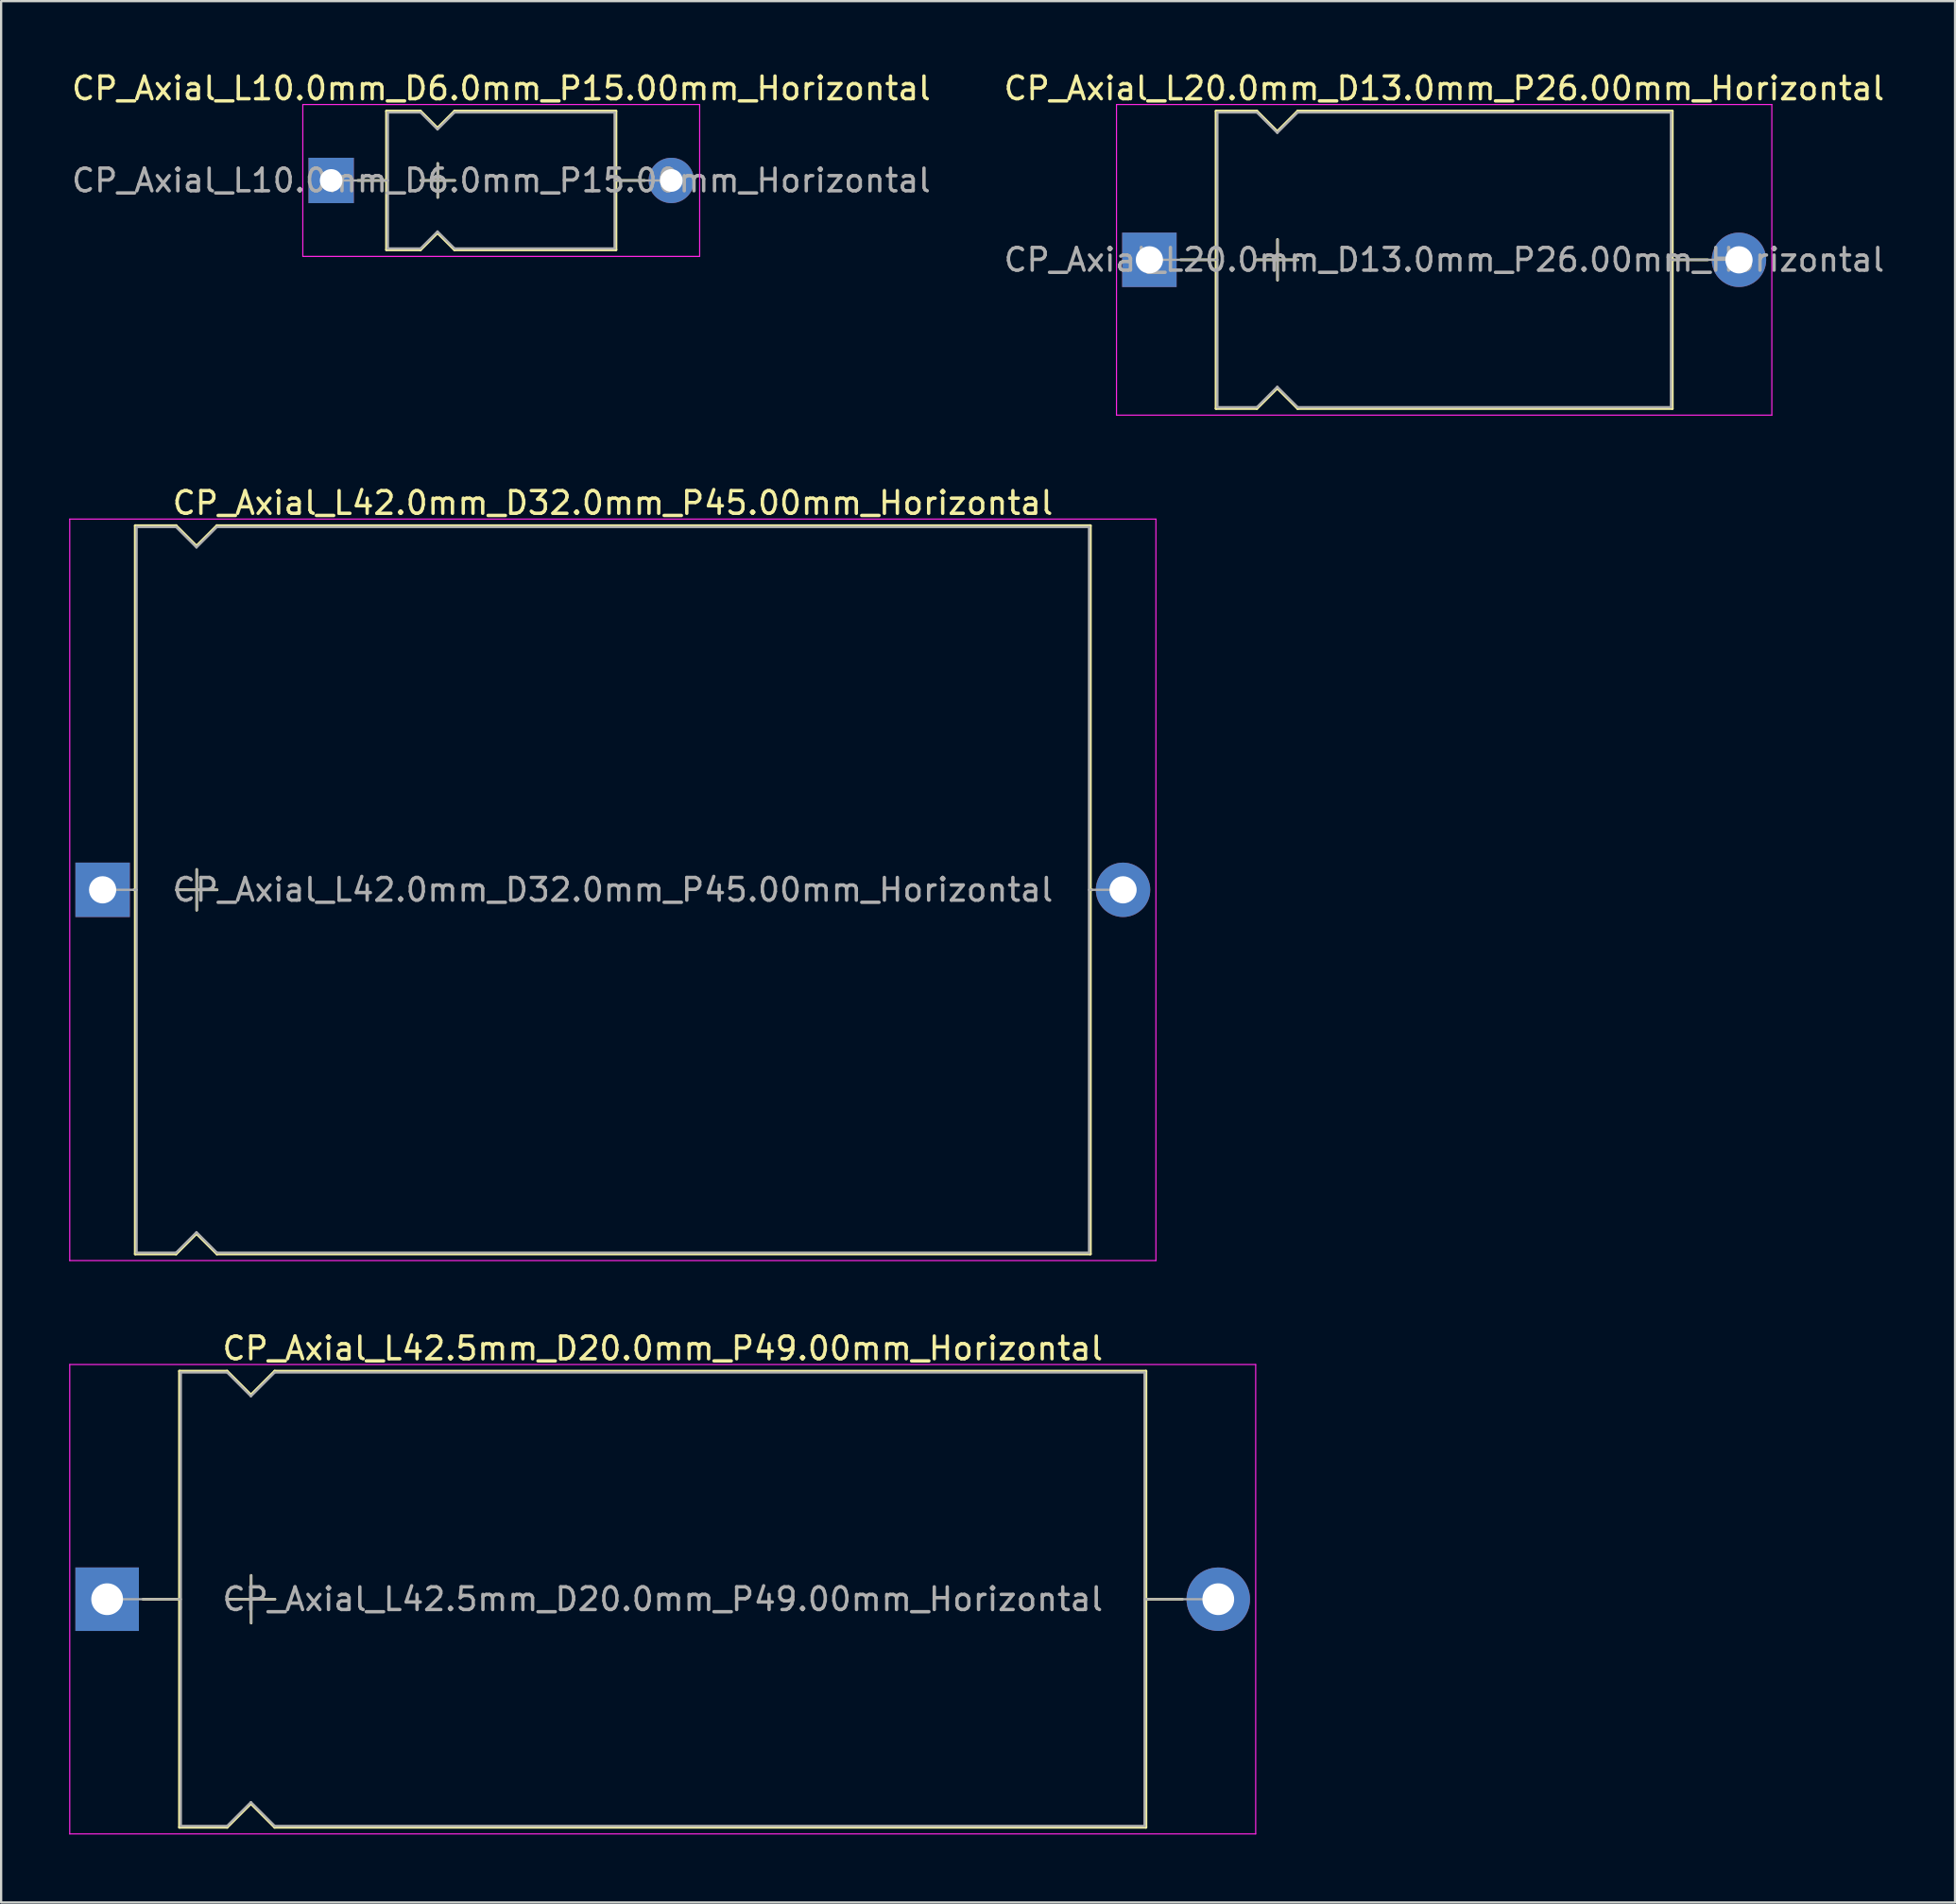
<source format=kicad_pcb>
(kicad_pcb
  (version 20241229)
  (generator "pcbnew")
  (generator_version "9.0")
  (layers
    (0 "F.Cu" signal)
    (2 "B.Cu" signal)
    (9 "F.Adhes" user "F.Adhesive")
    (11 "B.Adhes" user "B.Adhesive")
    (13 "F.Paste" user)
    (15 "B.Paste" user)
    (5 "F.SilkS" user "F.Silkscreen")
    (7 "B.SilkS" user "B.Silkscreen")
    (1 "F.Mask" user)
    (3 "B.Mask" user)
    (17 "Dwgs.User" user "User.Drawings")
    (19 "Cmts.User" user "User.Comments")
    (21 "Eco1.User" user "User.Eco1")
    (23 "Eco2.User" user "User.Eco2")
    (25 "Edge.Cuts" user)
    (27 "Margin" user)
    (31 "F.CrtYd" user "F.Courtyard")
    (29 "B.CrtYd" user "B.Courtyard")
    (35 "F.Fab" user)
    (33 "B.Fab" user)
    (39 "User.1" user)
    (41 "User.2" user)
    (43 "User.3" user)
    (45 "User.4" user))
  (footprint "CP_Axial_L42.5mm_D20.0mm_P49.00mm_Horizontal"
    (layer "F.Cu")
    (at 1.675 67.475)
    (property "Reference" "CP_Axial_L42.5mm_D20.0mm_P49.00mm_Horizontal" (at 24.5 -11.06 0) (layer "F.SilkS") (effects (font (size 1 1) (thickness 0.15))))
    (attr through_hole)
    (fp_line (start 1.58 0) (end 3.19 0) (stroke (width 0.12) (type solid)) (layer "F.SilkS"))
    (fp_line (start 3.19 -10.06) (end 3.19 10.06) (stroke (width 0.12) (type solid)) (layer "F.SilkS"))
    (fp_line (start 3.19 -10.06) (end 5.29 -10.06) (stroke (width 0.12) (type solid)) (layer "F.SilkS"))
    (fp_line (start 3.19 10.06) (end 5.29 10.06) (stroke (width 0.12) (type solid)) (layer "F.SilkS"))
    (fp_line (start 5.29 -10.06) (end 6.34 -9.01) (stroke (width 0.12) (type solid)) (layer "F.SilkS"))
    (fp_line (start 5.29 10.06) (end 6.34 9.01) (stroke (width 0.12) (type solid)) (layer "F.SilkS"))
    (fp_line (start 5.3 0) (end 7.4 0) (stroke (width 0.12) (type solid)) (layer "F.SilkS"))
    (fp_line (start 6.34 -9.01) (end 7.39 -10.06) (stroke (width 0.12) (type solid)) (layer "F.SilkS"))
    (fp_line (start 6.34 9.01) (end 7.39 10.06) (stroke (width 0.12) (type solid)) (layer "F.SilkS"))
    (fp_line (start 6.35 -1.05) (end 6.35 1.05) (stroke (width 0.12) (type solid)) (layer "F.SilkS"))
    (fp_line (start 7.39 -10.06) (end 45.81 -10.06) (stroke (width 0.12) (type solid)) (layer "F.SilkS"))
    (fp_line (start 7.39 10.06) (end 45.81 10.06) (stroke (width 0.12) (type solid)) (layer "F.SilkS"))
    (fp_line (start 45.81 -10.06) (end 45.81 10.06) (stroke (width 0.12) (type solid)) (layer "F.SilkS"))
    (fp_line (start 47.42 0) (end 45.81 0) (stroke (width 0.12) (type solid)) (layer "F.SilkS"))
    (fp_line (start -1.65 -10.35) (end -1.65 10.35) (stroke (width 0.05) (type solid)) (layer "F.CrtYd"))
    (fp_line (start -1.65 10.35) (end 50.65 10.35) (stroke (width 0.05) (type solid)) (layer "F.CrtYd"))
    (fp_line (start 50.65 -10.35) (end -1.65 -10.35) (stroke (width 0.05) (type solid)) (layer "F.CrtYd"))
    (fp_line (start 50.65 10.35) (end 50.65 -10.35) (stroke (width 0.05) (type solid)) (layer "F.CrtYd"))
    (fp_line (start 0 0) (end 3.25 0) (stroke (width 0.1) (type solid)) (layer "F.Fab"))
    (fp_line (start 3.25 -10) (end 3.25 10) (stroke (width 0.1) (type solid)) (layer "F.Fab"))
    (fp_line (start 3.25 -10) (end 5.29 -10) (stroke (width 0.1) (type solid)) (layer "F.Fab"))
    (fp_line (start 3.25 10) (end 5.29 10) (stroke (width 0.1) (type solid)) (layer "F.Fab"))
    (fp_line (start 5.29 -10) (end 6.34 -8.95) (stroke (width 0.1) (type solid)) (layer "F.Fab"))
    (fp_line (start 5.29 10) (end 6.34 8.95) (stroke (width 0.1) (type solid)) (layer "F.Fab"))
    (fp_line (start 5.3 0) (end 7.4 0) (stroke (width 0.1) (type solid)) (layer "F.Fab"))
    (fp_line (start 6.34 -8.95) (end 7.39 -10) (stroke (width 0.1) (type solid)) (layer "F.Fab"))
    (fp_line (start 6.34 8.95) (end 7.39 10) (stroke (width 0.1) (type solid)) (layer "F.Fab"))
    (fp_line (start 6.35 -1.05) (end 6.35 1.05) (stroke (width 0.1) (type solid)) (layer "F.Fab"))
    (fp_line (start 7.39 -10) (end 45.75 -10) (stroke (width 0.1) (type solid)) (layer "F.Fab"))
    (fp_line (start 7.39 10) (end 45.75 10) (stroke (width 0.1) (type solid)) (layer "F.Fab"))
    (fp_line (start 45.75 -10) (end 45.75 10) (stroke (width 0.1) (type solid)) (layer "F.Fab"))
    (fp_line (start 49 0) (end 45.75 0) (stroke (width 0.1) (type solid)) (layer "F.Fab"))
    (fp_text user "${REFERENCE}" (at 24.5 0 0) (layer "F.Fab") (effects (font (size 1 1) (thickness 0.15))))
    (pad "1" thru_hole rect (at 0 0) (size 2.8 2.8) (drill 1.4) (layers "*.Cu" "*.Mask"))
    (pad "2" thru_hole oval (at 49 0) (size 2.8 2.8) (drill 1.4) (layers "*.Cu" "*.Mask")))
  (footprint "CP_Axial_L20.0mm_D13.0mm_P26.00mm_Horizontal"
    (layer "F.Cu")
    (at 47.637 8.408)
    (property "Reference" "CP_Axial_L20.0mm_D13.0mm_P26.00mm_Horizontal" (at 13 -7.56 0) (layer "F.SilkS") (effects (font (size 1 1) (thickness 0.15))))
    (attr through_hole)
    (fp_line (start 1.38 0) (end 2.94 0) (stroke (width 0.12) (type solid)) (layer "F.SilkS"))
    (fp_line (start 2.94 -6.56) (end 2.94 6.56) (stroke (width 0.12) (type solid)) (layer "F.SilkS"))
    (fp_line (start 2.94 -6.56) (end 4.74 -6.56) (stroke (width 0.12) (type solid)) (layer "F.SilkS"))
    (fp_line (start 2.94 6.56) (end 4.74 6.56) (stroke (width 0.12) (type solid)) (layer "F.SilkS"))
    (fp_line (start 4.74 -6.56) (end 5.64 -5.66) (stroke (width 0.12) (type solid)) (layer "F.SilkS"))
    (fp_line (start 4.74 6.56) (end 5.64 5.66) (stroke (width 0.12) (type solid)) (layer "F.SilkS"))
    (fp_line (start 4.75 0) (end 6.55 0) (stroke (width 0.12) (type solid)) (layer "F.SilkS"))
    (fp_line (start 5.64 -5.66) (end 6.54 -6.56) (stroke (width 0.12) (type solid)) (layer "F.SilkS"))
    (fp_line (start 5.64 5.66) (end 6.54 6.56) (stroke (width 0.12) (type solid)) (layer "F.SilkS"))
    (fp_line (start 5.65 -0.9) (end 5.65 0.9) (stroke (width 0.12) (type solid)) (layer "F.SilkS"))
    (fp_line (start 6.54 -6.56) (end 23.06 -6.56) (stroke (width 0.12) (type solid)) (layer "F.SilkS"))
    (fp_line (start 6.54 6.56) (end 23.06 6.56) (stroke (width 0.12) (type solid)) (layer "F.SilkS"))
    (fp_line (start 23.06 -6.56) (end 23.06 6.56) (stroke (width 0.12) (type solid)) (layer "F.SilkS"))
    (fp_line (start 24.62 0) (end 23.06 0) (stroke (width 0.12) (type solid)) (layer "F.SilkS"))
    (fp_line (start -1.45 -6.85) (end -1.45 6.85) (stroke (width 0.05) (type solid)) (layer "F.CrtYd"))
    (fp_line (start -1.45 6.85) (end 27.45 6.85) (stroke (width 0.05) (type solid)) (layer "F.CrtYd"))
    (fp_line (start 27.45 -6.85) (end -1.45 -6.85) (stroke (width 0.05) (type solid)) (layer "F.CrtYd"))
    (fp_line (start 27.45 6.85) (end 27.45 -6.85) (stroke (width 0.05) (type solid)) (layer "F.CrtYd"))
    (fp_line (start 0 0) (end 3 0) (stroke (width 0.1) (type solid)) (layer "F.Fab"))
    (fp_line (start 3 -6.5) (end 3 6.5) (stroke (width 0.1) (type solid)) (layer "F.Fab"))
    (fp_line (start 3 -6.5) (end 4.74 -6.5) (stroke (width 0.1) (type solid)) (layer "F.Fab"))
    (fp_line (start 3 6.5) (end 4.74 6.5) (stroke (width 0.1) (type solid)) (layer "F.Fab"))
    (fp_line (start 4.74 -6.5) (end 5.64 -5.6) (stroke (width 0.1) (type solid)) (layer "F.Fab"))
    (fp_line (start 4.74 6.5) (end 5.64 5.6) (stroke (width 0.1) (type solid)) (layer "F.Fab"))
    (fp_line (start 4.75 0) (end 6.55 0) (stroke (width 0.1) (type solid)) (layer "F.Fab"))
    (fp_line (start 5.64 -5.6) (end 6.54 -6.5) (stroke (width 0.1) (type solid)) (layer "F.Fab"))
    (fp_line (start 5.64 5.6) (end 6.54 6.5) (stroke (width 0.1) (type solid)) (layer "F.Fab"))
    (fp_line (start 5.65 -0.9) (end 5.65 0.9) (stroke (width 0.1) (type solid)) (layer "F.Fab"))
    (fp_line (start 6.54 -6.5) (end 23 -6.5) (stroke (width 0.1) (type solid)) (layer "F.Fab"))
    (fp_line (start 6.54 6.5) (end 23 6.5) (stroke (width 0.1) (type solid)) (layer "F.Fab"))
    (fp_line (start 23 -6.5) (end 23 6.5) (stroke (width 0.1) (type solid)) (layer "F.Fab"))
    (fp_line (start 26 0) (end 23 0) (stroke (width 0.1) (type solid)) (layer "F.Fab"))
    (fp_text user "${REFERENCE}" (at 13 0 0) (layer "F.Fab") (effects (font (size 1 1) (thickness 0.15))))
    (pad "1" thru_hole rect (at 0 0) (size 2.4 2.4) (drill 1.2) (layers "*.Cu" "*.Mask"))
    (pad "2" thru_hole oval (at 26 0) (size 2.4 2.4) (drill 1.2) (layers "*.Cu" "*.Mask")))
  (footprint "CP_Axial_L10.0mm_D6.0mm_P15.00mm_Horizontal"
    (layer "F.Cu")
    (at 11.554 4.908)
    (property "Reference" "CP_Axial_L10.0mm_D6.0mm_P15.00mm_Horizontal" (at 7.5 -4.06 0) (layer "F.SilkS") (effects (font (size 1 1) (thickness 0.15))))
    (attr through_hole)
    (fp_line (start 1.18 0) (end 2.44 0) (stroke (width 0.12) (type solid)) (layer "F.SilkS"))
    (fp_line (start 2.44 -3.06) (end 2.44 3.06) (stroke (width 0.12) (type solid)) (layer "F.SilkS"))
    (fp_line (start 2.44 -3.06) (end 3.94 -3.06) (stroke (width 0.12) (type solid)) (layer "F.SilkS"))
    (fp_line (start 2.44 3.06) (end 3.94 3.06) (stroke (width 0.12) (type solid)) (layer "F.SilkS"))
    (fp_line (start 3.94 -3.06) (end 4.69 -2.31) (stroke (width 0.12) (type solid)) (layer "F.SilkS"))
    (fp_line (start 3.94 3.06) (end 4.69 2.31) (stroke (width 0.12) (type solid)) (layer "F.SilkS"))
    (fp_line (start 3.95 0) (end 5.45 0) (stroke (width 0.12) (type solid)) (layer "F.SilkS"))
    (fp_line (start 4.69 -2.31) (end 5.44 -3.06) (stroke (width 0.12) (type solid)) (layer "F.SilkS"))
    (fp_line (start 4.69 2.31) (end 5.44 3.06) (stroke (width 0.12) (type solid)) (layer "F.SilkS"))
    (fp_line (start 4.7 -0.75) (end 4.7 0.75) (stroke (width 0.12) (type solid)) (layer "F.SilkS"))
    (fp_line (start 5.44 -3.06) (end 12.56 -3.06) (stroke (width 0.12) (type solid)) (layer "F.SilkS"))
    (fp_line (start 5.44 3.06) (end 12.56 3.06) (stroke (width 0.12) (type solid)) (layer "F.SilkS"))
    (fp_line (start 12.56 -3.06) (end 12.56 3.06) (stroke (width 0.12) (type solid)) (layer "F.SilkS"))
    (fp_line (start 13.82 0) (end 12.56 0) (stroke (width 0.12) (type solid)) (layer "F.SilkS"))
    (fp_line (start -1.25 -3.35) (end -1.25 3.35) (stroke (width 0.05) (type solid)) (layer "F.CrtYd"))
    (fp_line (start -1.25 3.35) (end 16.25 3.35) (stroke (width 0.05) (type solid)) (layer "F.CrtYd"))
    (fp_line (start 16.25 -3.35) (end -1.25 -3.35) (stroke (width 0.05) (type solid)) (layer "F.CrtYd"))
    (fp_line (start 16.25 3.35) (end 16.25 -3.35) (stroke (width 0.05) (type solid)) (layer "F.CrtYd"))
    (fp_line (start 0 0) (end 2.5 0) (stroke (width 0.1) (type solid)) (layer "F.Fab"))
    (fp_line (start 2.5 -3) (end 2.5 3) (stroke (width 0.1) (type solid)) (layer "F.Fab"))
    (fp_line (start 2.5 -3) (end 3.94 -3) (stroke (width 0.1) (type solid)) (layer "F.Fab"))
    (fp_line (start 2.5 3) (end 3.94 3) (stroke (width 0.1) (type solid)) (layer "F.Fab"))
    (fp_line (start 3.94 -3) (end 4.69 -2.25) (stroke (width 0.1) (type solid)) (layer "F.Fab"))
    (fp_line (start 3.94 3) (end 4.69 2.25) (stroke (width 0.1) (type solid)) (layer "F.Fab"))
    (fp_line (start 3.95 0) (end 5.45 0) (stroke (width 0.1) (type solid)) (layer "F.Fab"))
    (fp_line (start 4.69 -2.25) (end 5.44 -3) (stroke (width 0.1) (type solid)) (layer "F.Fab"))
    (fp_line (start 4.69 2.25) (end 5.44 3) (stroke (width 0.1) (type solid)) (layer "F.Fab"))
    (fp_line (start 4.7 -0.75) (end 4.7 0.75) (stroke (width 0.1) (type solid)) (layer "F.Fab"))
    (fp_line (start 5.44 -3) (end 12.5 -3) (stroke (width 0.1) (type solid)) (layer "F.Fab"))
    (fp_line (start 5.44 3) (end 12.5 3) (stroke (width 0.1) (type solid)) (layer "F.Fab"))
    (fp_line (start 12.5 -3) (end 12.5 3) (stroke (width 0.1) (type solid)) (layer "F.Fab"))
    (fp_line (start 15 0) (end 12.5 0) (stroke (width 0.1) (type solid)) (layer "F.Fab"))
    (fp_text user "${REFERENCE}" (at 7.5 0 0) (layer "F.Fab") (effects (font (size 1 1) (thickness 0.15))))
    (pad "1" thru_hole rect (at 0 0) (size 2 2) (drill 1) (layers "*.Cu" "*.Mask"))
    (pad "2" thru_hole oval (at 15 0) (size 2 2) (drill 1) (layers "*.Cu" "*.Mask")))
  (footprint "CP_Axial_L42.0mm_D32.0mm_P45.00mm_Horizontal"
    (layer "F.Cu")
    (at 1.475 36.191)
    (property "Reference" "CP_Axial_L42.0mm_D32.0mm_P45.00mm_Horizontal" (at 22.5 -17.06 0) (layer "F.SilkS") (effects (font (size 1 1) (thickness 0.15))))
    (attr through_hole)
    (fp_line (start 1.38 0) (end 1.44 0) (stroke (width 0.12) (type solid)) (layer "F.SilkS"))
    (fp_line (start 1.44 -16.06) (end 1.44 16.06) (stroke (width 0.12) (type solid)) (layer "F.SilkS"))
    (fp_line (start 1.44 -16.06) (end 3.24 -16.06) (stroke (width 0.12) (type solid)) (layer "F.SilkS"))
    (fp_line (start 1.44 16.06) (end 3.24 16.06) (stroke (width 0.12) (type solid)) (layer "F.SilkS"))
    (fp_line (start 3.24 -16.06) (end 4.14 -15.16) (stroke (width 0.12) (type solid)) (layer "F.SilkS"))
    (fp_line (start 3.24 16.06) (end 4.14 15.16) (stroke (width 0.12) (type solid)) (layer "F.SilkS"))
    (fp_line (start 3.25 0) (end 5.05 0) (stroke (width 0.12) (type solid)) (layer "F.SilkS"))
    (fp_line (start 4.14 -15.16) (end 5.04 -16.06) (stroke (width 0.12) (type solid)) (layer "F.SilkS"))
    (fp_line (start 4.14 15.16) (end 5.04 16.06) (stroke (width 0.12) (type solid)) (layer "F.SilkS"))
    (fp_line (start 4.15 -0.9) (end 4.15 0.9) (stroke (width 0.12) (type solid)) (layer "F.SilkS"))
    (fp_line (start 5.04 -16.06) (end 43.56 -16.06) (stroke (width 0.12) (type solid)) (layer "F.SilkS"))
    (fp_line (start 5.04 16.06) (end 43.56 16.06) (stroke (width 0.12) (type solid)) (layer "F.SilkS"))
    (fp_line (start 43.56 -16.06) (end 43.56 16.06) (stroke (width 0.12) (type solid)) (layer "F.SilkS"))
    (fp_line (start 43.62 0) (end 43.56 0) (stroke (width 0.12) (type solid)) (layer "F.SilkS"))
    (fp_line (start -1.45 -16.35) (end -1.45 16.35) (stroke (width 0.05) (type solid)) (layer "F.CrtYd"))
    (fp_line (start -1.45 16.35) (end 46.45 16.35) (stroke (width 0.05) (type solid)) (layer "F.CrtYd"))
    (fp_line (start 46.45 -16.35) (end -1.45 -16.35) (stroke (width 0.05) (type solid)) (layer "F.CrtYd"))
    (fp_line (start 46.45 16.35) (end 46.45 -16.35) (stroke (width 0.05) (type solid)) (layer "F.CrtYd"))
    (fp_line (start 0 0) (end 1.5 0) (stroke (width 0.1) (type solid)) (layer "F.Fab"))
    (fp_line (start 1.5 -16) (end 1.5 16) (stroke (width 0.1) (type solid)) (layer "F.Fab"))
    (fp_line (start 1.5 -16) (end 3.24 -16) (stroke (width 0.1) (type solid)) (layer "F.Fab"))
    (fp_line (start 1.5 16) (end 3.24 16) (stroke (width 0.1) (type solid)) (layer "F.Fab"))
    (fp_line (start 3.24 -16) (end 4.14 -15.1) (stroke (width 0.1) (type solid)) (layer "F.Fab"))
    (fp_line (start 3.24 16) (end 4.14 15.1) (stroke (width 0.1) (type solid)) (layer "F.Fab"))
    (fp_line (start 3.25 0) (end 5.05 0) (stroke (width 0.1) (type solid)) (layer "F.Fab"))
    (fp_line (start 4.14 -15.1) (end 5.04 -16) (stroke (width 0.1) (type solid)) (layer "F.Fab"))
    (fp_line (start 4.14 15.1) (end 5.04 16) (stroke (width 0.1) (type solid)) (layer "F.Fab"))
    (fp_line (start 4.15 -0.9) (end 4.15 0.9) (stroke (width 0.1) (type solid)) (layer "F.Fab"))
    (fp_line (start 5.04 -16) (end 43.5 -16) (stroke (width 0.1) (type solid)) (layer "F.Fab"))
    (fp_line (start 5.04 16) (end 43.5 16) (stroke (width 0.1) (type solid)) (layer "F.Fab"))
    (fp_line (start 43.5 -16) (end 43.5 16) (stroke (width 0.1) (type solid)) (layer "F.Fab"))
    (fp_line (start 45 0) (end 43.5 0) (stroke (width 0.1) (type solid)) (layer "F.Fab"))
    (fp_text user "${REFERENCE}" (at 22.5 0 0) (layer "F.Fab") (effects (font (size 1 1) (thickness 0.15))))
    (pad "1" thru_hole rect (at 0 0) (size 2.4 2.4) (drill 1.2) (layers "*.Cu" "*.Mask"))
    (pad "2" thru_hole oval (at 45 0) (size 2.4 2.4) (drill 1.2) (layers "*.Cu" "*.Mask")))
  (gr_rect
    (start -3 -3)
    (end 83.167 80.85)
    (stroke (width 0.1) (type default))
    (fill no)
    (layer "Edge.Cuts")))
</source>
